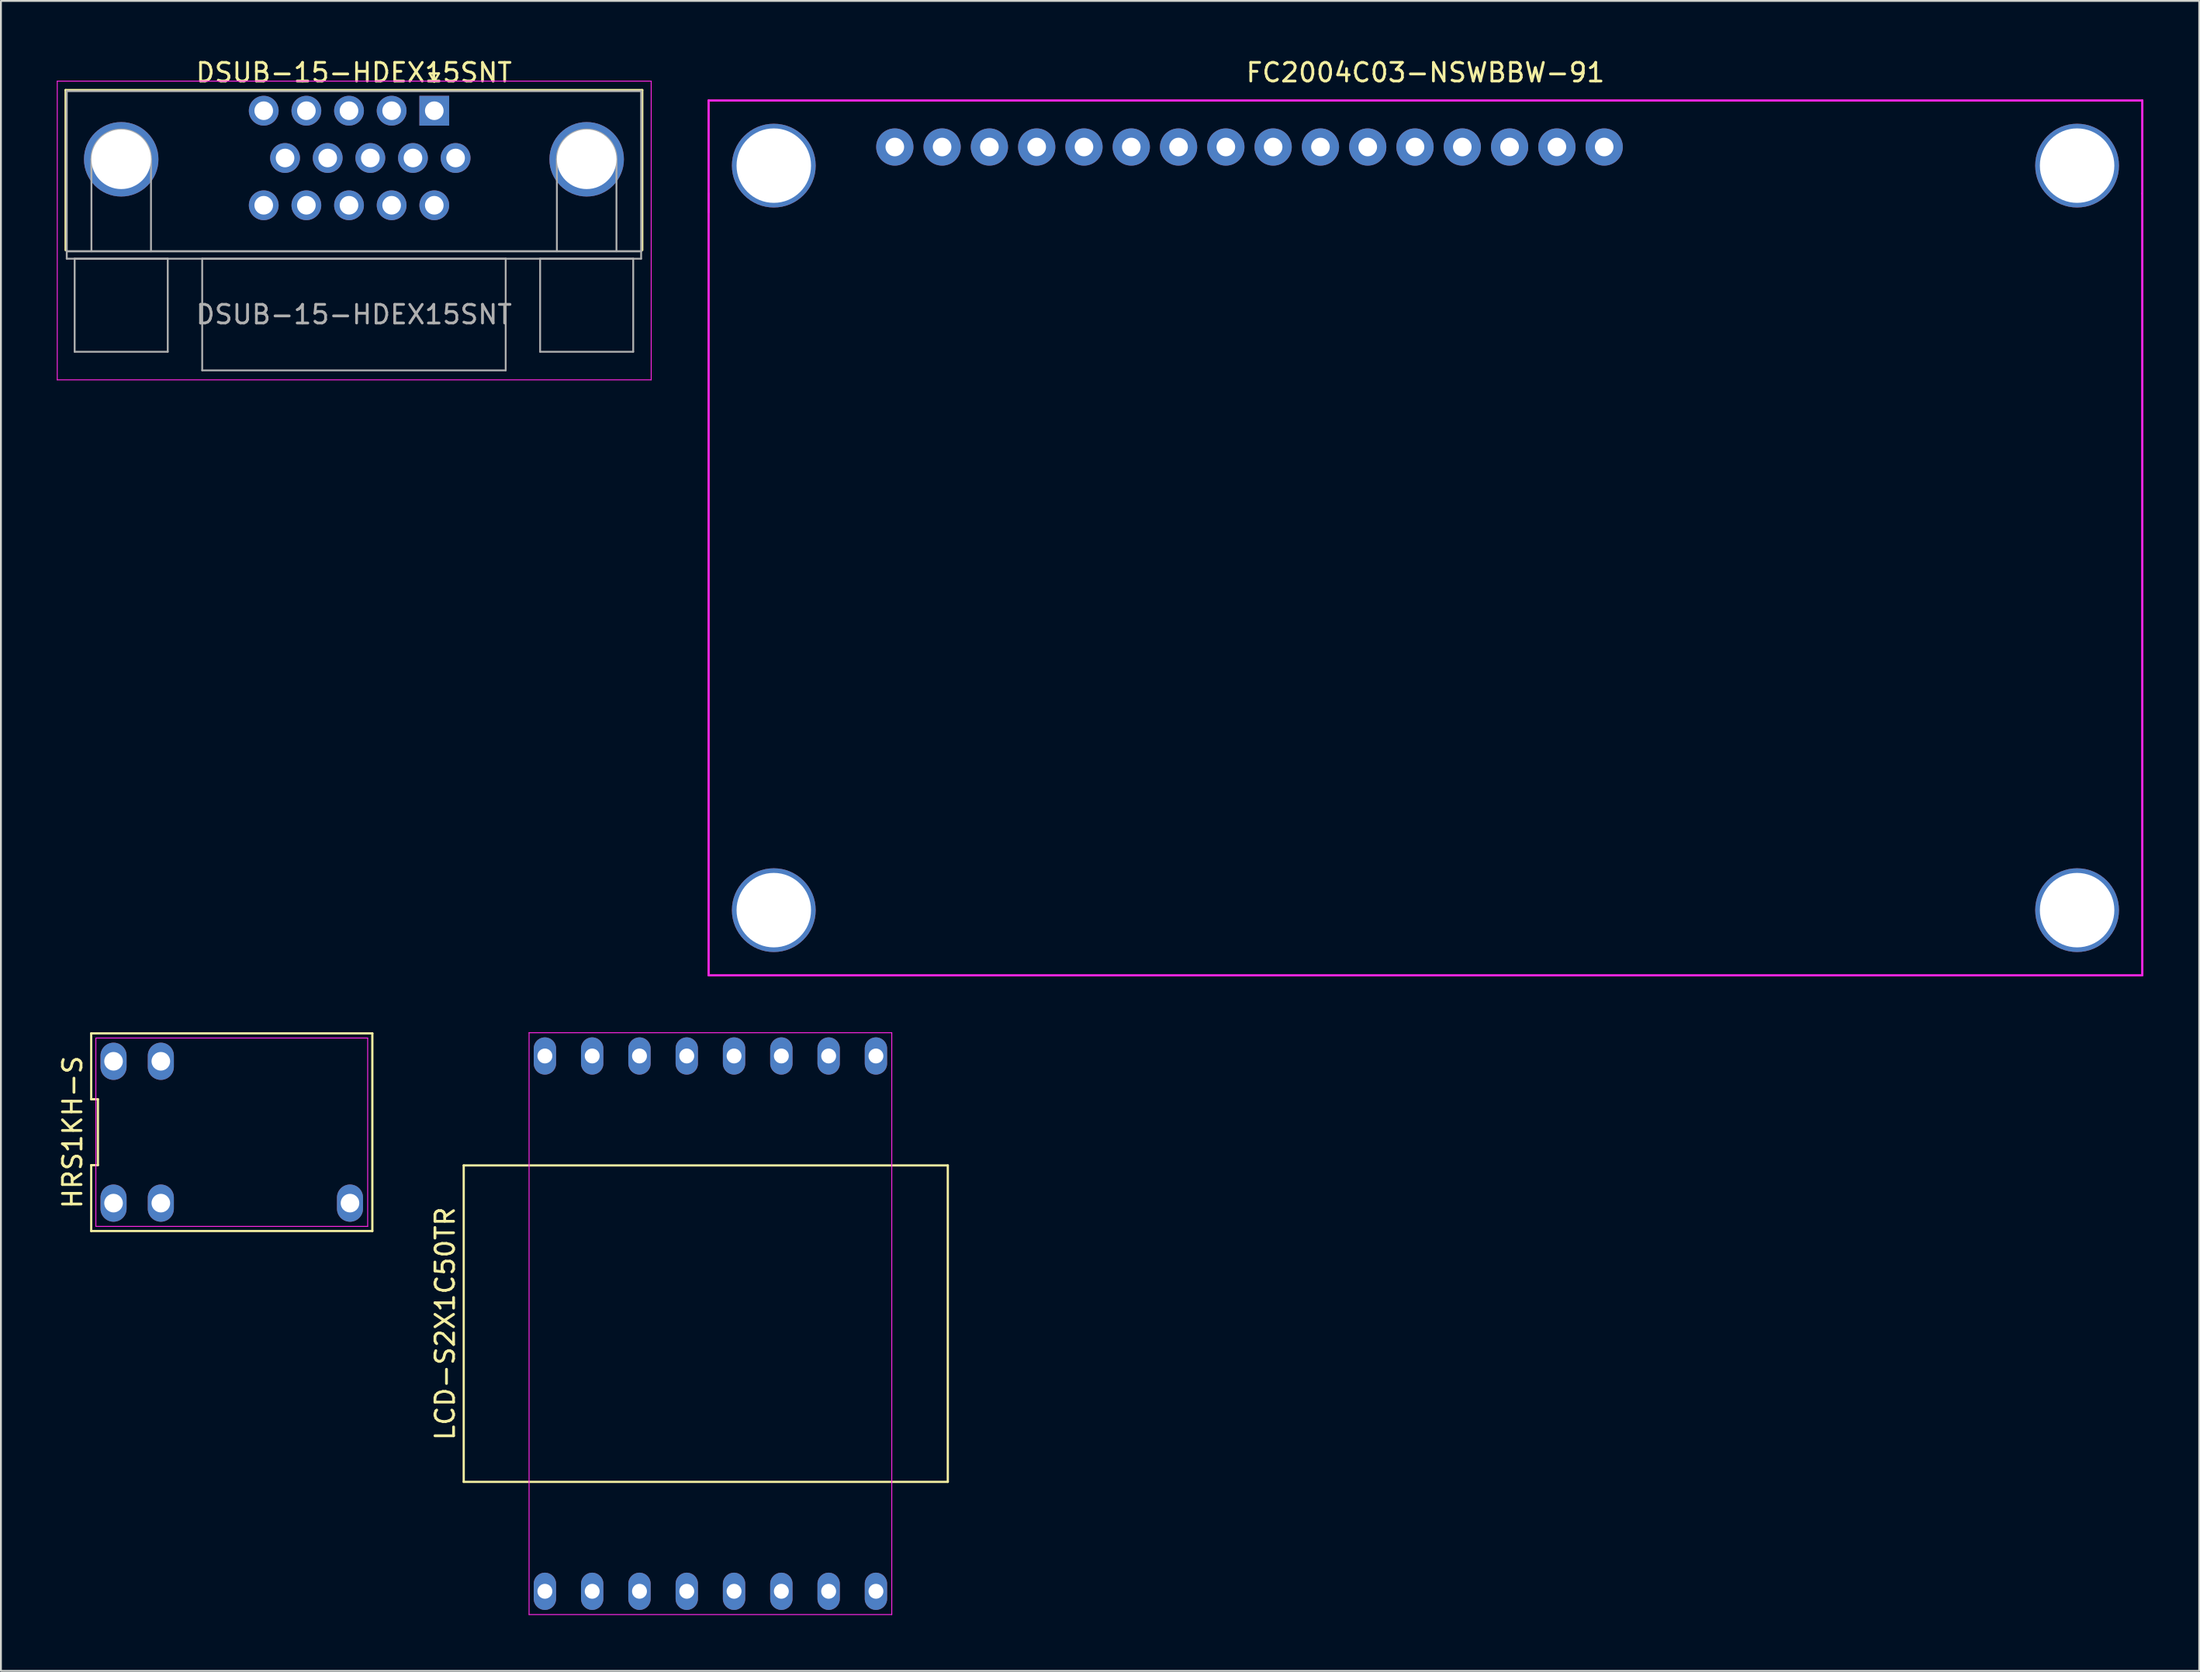
<source format=kicad_pcb>
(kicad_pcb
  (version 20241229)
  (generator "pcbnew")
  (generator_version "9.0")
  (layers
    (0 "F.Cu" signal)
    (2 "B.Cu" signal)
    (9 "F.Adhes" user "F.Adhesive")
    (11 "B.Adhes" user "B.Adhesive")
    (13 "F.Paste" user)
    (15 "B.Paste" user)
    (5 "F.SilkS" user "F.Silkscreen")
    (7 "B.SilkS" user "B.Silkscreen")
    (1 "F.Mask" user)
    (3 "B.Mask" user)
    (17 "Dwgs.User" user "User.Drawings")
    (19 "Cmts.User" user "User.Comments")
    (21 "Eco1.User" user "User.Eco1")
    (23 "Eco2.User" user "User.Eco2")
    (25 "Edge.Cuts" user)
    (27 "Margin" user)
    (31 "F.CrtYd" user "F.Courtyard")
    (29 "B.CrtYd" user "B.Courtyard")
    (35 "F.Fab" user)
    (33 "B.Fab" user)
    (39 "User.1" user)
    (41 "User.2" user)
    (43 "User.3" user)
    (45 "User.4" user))
  (footprint "HRS1KH-S"
    (layer "F.Cu")
    (at 9.398 57.778)
    (property "Reference" "HRS1KH-S" (at -8.55 0 90) (layer "F.SilkS") (effects (font (size 1 1) (thickness 0.15))))
    (fp_line (start -7.55 -5.31) (end -7.55 -1.77) (stroke (width 0.12) (type solid)) (layer "F.SilkS"))
    (fp_line (start -7.55 -1.77) (end -7.19 -1.77) (stroke (width 0.12) (type solid)) (layer "F.SilkS"))
    (fp_line (start -7.55 1.77) (end -7.55 5.31) (stroke (width 0.12) (type solid)) (layer "F.SilkS"))
    (fp_line (start -7.55 5.31) (end 7.55 5.31) (stroke (width 0.12) (type solid)) (layer "F.SilkS"))
    (fp_line (start -7.19 -1.77) (end -7.19 1.77) (stroke (width 0.12) (type solid)) (layer "F.SilkS"))
    (fp_line (start -7.19 1.77) (end -7.55 1.77) (stroke (width 0.12) (type solid)) (layer "F.SilkS"))
    (fp_line (start 7.55 -5.31) (end -7.55 -5.31) (stroke (width 0.12) (type solid)) (layer "F.SilkS"))
    (fp_line (start 7.55 5.31) (end 7.55 -5.31) (stroke (width 0.12) (type solid)) (layer "F.SilkS"))
    (fp_line (start -7.3 -5.06) (end 7.3 -5.06) (stroke (width 0.05) (type solid)) (layer "F.CrtYd"))
    (fp_line (start -7.3 5.06) (end -7.3 -5.06) (stroke (width 0.05) (type solid)) (layer "F.CrtYd"))
    (fp_line (start 7.3 -5.06) (end 7.3 5.06) (stroke (width 0.05) (type solid)) (layer "F.CrtYd"))
    (fp_line (start 7.3 5.06) (end -7.3 5.06) (stroke (width 0.05) (type solid)) (layer "F.CrtYd"))
    (pad "1" thru_hole oval (at -6.35 3.81) (size 1.4 2) (drill 1) (layers "*.Cu" "*.Mask"))
    (pad "2" thru_hole oval (at -3.81 3.81) (size 1.4 2) (drill 1) (layers "*.Cu" "*.Mask"))
    (pad "6" thru_hole oval (at 6.35 3.81) (size 1.4 2) (drill 1) (layers "*.Cu" "*.Mask"))
    (pad "11" thru_hole oval (at -3.81 -3.81) (size 1.4 2) (drill 1) (layers "*.Cu" "*.Mask"))
    (pad "12" thru_hole oval (at -6.35 -3.81) (size 1.4 2) (drill 1) (layers "*.Cu" "*.Mask")))
  (footprint "FC2004C03-NSWBBW-91"
    (layer "F.Cu")
    (at 73.51 25.848)
    (property "Reference" "FC2004C03-NSWBBW-91" (at 0 -25 0) (layer "F.SilkS") (effects (font (size 1 1) (thickness 0.15))))
    (attr through_hole)
    (fp_line (start -38.5 -23.5) (end -38.5 -17.5) (stroke (width 0.12) (type solid)) (layer "F.CrtYd"))
    (fp_line (start -38.5 -18.5) (end -38.5 23.5) (stroke (width 0.12) (type solid)) (layer "F.CrtYd"))
    (fp_line (start -38.5 23.5) (end 38.5 23.5) (stroke (width 0.12) (type solid)) (layer "F.CrtYd"))
    (fp_line (start 38.5 -23.5) (end -38.5 -23.5) (stroke (width 0.12) (type solid)) (layer "F.CrtYd"))
    (fp_line (start 38.5 -18.5) (end 38.5 -23.5) (stroke (width 0.12) (type solid)) (layer "F.CrtYd"))
    (fp_line (start 38.5 23.5) (end 38.5 -18.5) (stroke (width 0.12) (type solid)) (layer "F.CrtYd"))
    (pad "" thru_hole circle (at -35 -20) (size 4.5 4.5) (drill 4) (layers "*.Cu" "*.Mask"))
    (pad "" thru_hole circle (at -35 20) (size 4.5 4.5) (drill 4) (layers "*.Cu" "*.Mask"))
    (pad "" thru_hole circle (at 35 -20) (size 4.5 4.5) (drill 4) (layers "*.Cu" "*.Mask"))
    (pad "" thru_hole circle (at 35 20) (size 4.5 4.5) (drill 4) (layers "*.Cu" "*.Mask"))
    (pad "1" thru_hole circle (at -28.5 -21) (size 2 2) (drill 1) (layers "*.Cu" "*.Mask"))
    (pad "2" thru_hole circle (at -25.96 -21) (size 2 2) (drill 1) (layers "*.Cu" "*.Mask"))
    (pad "3" thru_hole circle (at -23.42 -21) (size 2 2) (drill 1) (layers "*.Cu" "*.Mask"))
    (pad "4" thru_hole circle (at -20.88 -21) (size 2 2) (drill 1) (layers "*.Cu" "*.Mask"))
    (pad "5" thru_hole circle (at -18.34 -21) (size 2 2) (drill 1) (layers "*.Cu" "*.Mask"))
    (pad "6" thru_hole circle (at -15.8 -21) (size 2 2) (drill 1) (layers "*.Cu" "*.Mask"))
    (pad "7" thru_hole circle (at -13.26 -21) (size 2 2) (drill 1) (layers "*.Cu" "*.Mask"))
    (pad "8" thru_hole circle (at -10.72 -21) (size 2 2) (drill 1) (layers "*.Cu" "*.Mask"))
    (pad "9" thru_hole circle (at -8.18 -21) (size 2 2) (drill 1) (layers "*.Cu" "*.Mask"))
    (pad "10" thru_hole circle (at -5.64 -21) (size 2 2) (drill 1) (layers "*.Cu" "*.Mask"))
    (pad "11" thru_hole circle (at -3.1 -21) (size 2 2) (drill 1) (layers "*.Cu" "*.Mask"))
    (pad "12" thru_hole circle (at -0.56 -21) (size 2 2) (drill 1) (layers "*.Cu" "*.Mask"))
    (pad "13" thru_hole circle (at 1.98 -21) (size 2 2) (drill 1) (layers "*.Cu" "*.Mask"))
    (pad "14" thru_hole circle (at 4.52 -21) (size 2 2) (drill 1) (layers "*.Cu" "*.Mask"))
    (pad "15" thru_hole circle (at 7.06 -21) (size 2 2) (drill 1) (layers "*.Cu" "*.Mask"))
    (pad "16" thru_hole circle (at 9.6 -21) (size 2 2) (drill 1) (layers "*.Cu" "*.Mask")))
  (footprint "DSUB-15-HDEX15SNT"
    (layer "F.Cu")
    (at 20.275 3.458)
    (property "Reference" "DSUB-15-HDEX15SNT" (at -4.315 -2.61 0) (layer "F.SilkS") (effects (font (size 1 1) (thickness 0.15))))
    (attr through_hole)
    (fp_line (start -19.8 -1.67) (end 11.17 -1.67) (stroke (width 0.12) (type solid)) (layer "F.SilkS"))
    (fp_line (start -19.8 6.93) (end -19.8 -1.67) (stroke (width 0.12) (type solid)) (layer "F.SilkS"))
    (fp_line (start -0.25 -2.564) (end 0.25 -2.564) (stroke (width 0.12) (type solid)) (layer "F.SilkS"))
    (fp_line (start 0 -2.131) (end -0.25 -2.564) (stroke (width 0.12) (type solid)) (layer "F.SilkS"))
    (fp_line (start 0.25 -2.564) (end 0 -2.131) (stroke (width 0.12) (type solid)) (layer "F.SilkS"))
    (fp_line (start 11.17 -1.67) (end 11.17 6.93) (stroke (width 0.12) (type solid)) (layer "F.SilkS"))
    (fp_line (start -20.25 -2.15) (end -20.25 13.9) (stroke (width 0.05) (type solid)) (layer "F.CrtYd"))
    (fp_line (start -20.25 13.9) (end 11.65 13.9) (stroke (width 0.05) (type solid)) (layer "F.CrtYd"))
    (fp_line (start 11.65 -2.15) (end -20.25 -2.15) (stroke (width 0.05) (type solid)) (layer "F.CrtYd"))
    (fp_line (start 11.65 13.9) (end 11.65 -2.15) (stroke (width 0.05) (type solid)) (layer "F.CrtYd"))
    (fp_line (start -19.74 -1.61) (end -19.74 6.99) (stroke (width 0.1) (type solid)) (layer "F.Fab"))
    (fp_line (start -19.74 6.99) (end -19.74 7.39) (stroke (width 0.1) (type solid)) (layer "F.Fab"))
    (fp_line (start -19.74 6.99) (end 11.11 6.99) (stroke (width 0.1) (type solid)) (layer "F.Fab"))
    (fp_line (start -19.74 7.39) (end 11.11 7.39) (stroke (width 0.1) (type solid)) (layer "F.Fab"))
    (fp_line (start -19.315 7.39) (end -19.315 12.39) (stroke (width 0.1) (type solid)) (layer "F.Fab"))
    (fp_line (start -19.315 12.39) (end -14.315 12.39) (stroke (width 0.1) (type solid)) (layer "F.Fab"))
    (fp_line (start -18.415 6.99) (end -18.415 2.05) (stroke (width 0.1) (type solid)) (layer "F.Fab"))
    (fp_line (start -15.215 6.99) (end -15.215 2.05) (stroke (width 0.1) (type solid)) (layer "F.Fab"))
    (fp_line (start -14.315 7.39) (end -19.315 7.39) (stroke (width 0.1) (type solid)) (layer "F.Fab"))
    (fp_line (start -14.315 12.39) (end -14.315 7.39) (stroke (width 0.1) (type solid)) (layer "F.Fab"))
    (fp_line (start -12.465 7.39) (end -12.465 13.39) (stroke (width 0.1) (type solid)) (layer "F.Fab"))
    (fp_line (start -12.465 13.39) (end 3.835 13.39) (stroke (width 0.1) (type solid)) (layer "F.Fab"))
    (fp_line (start 3.835 7.39) (end -12.465 7.39) (stroke (width 0.1) (type solid)) (layer "F.Fab"))
    (fp_line (start 3.835 13.39) (end 3.835 7.39) (stroke (width 0.1) (type solid)) (layer "F.Fab"))
    (fp_line (start 5.685 7.39) (end 5.685 12.39) (stroke (width 0.1) (type solid)) (layer "F.Fab"))
    (fp_line (start 5.685 12.39) (end 10.685 12.39) (stroke (width 0.1) (type solid)) (layer "F.Fab"))
    (fp_line (start 6.585 6.99) (end 6.585 2.05) (stroke (width 0.1) (type solid)) (layer "F.Fab"))
    (fp_line (start 9.785 6.99) (end 9.785 2.05) (stroke (width 0.1) (type solid)) (layer "F.Fab"))
    (fp_line (start 10.685 7.39) (end 5.685 7.39) (stroke (width 0.1) (type solid)) (layer "F.Fab"))
    (fp_line (start 10.685 12.39) (end 10.685 7.39) (stroke (width 0.1) (type solid)) (layer "F.Fab"))
    (fp_line (start 11.11 -1.61) (end -19.74 -1.61) (stroke (width 0.1) (type solid)) (layer "F.Fab"))
    (fp_line (start 11.11 6.99) (end -19.74 6.99) (stroke (width 0.1) (type solid)) (layer "F.Fab"))
    (fp_line (start 11.11 6.99) (end 11.11 -1.61) (stroke (width 0.1) (type solid)) (layer "F.Fab"))
    (fp_line (start 11.11 7.39) (end 11.11 6.99) (stroke (width 0.1) (type solid)) (layer "F.Fab"))
    (fp_arc (start -18.415 2.05) (mid -16.815 0.45) (end -15.215 2.05) (stroke (width 0.1) (type solid)) (layer "F.Fab"))
    (fp_arc (start 6.585 2.05) (mid 8.185 0.45) (end 9.785 2.05) (stroke (width 0.1) (type solid)) (layer "F.Fab"))
    (fp_text user "${REFERENCE}" (at -4.315 10.39 0) (layer "F.Fab") (effects (font (size 1 1) (thickness 0.15))))
    (pad "0" thru_hole circle (at -16.815 2.05) (size 4 4) (drill 3.2) (layers "*.Cu" "*.Mask"))
    (pad "0" thru_hole circle (at 8.185 2.05) (size 4 4) (drill 3.2) (layers "*.Cu" "*.Mask"))
    (pad "1" thru_hole rect (at 0 -0.56) (size 1.6 1.6) (drill 1) (layers "*.Cu" "*.Mask"))
    (pad "2" thru_hole circle (at -2.29 -0.56) (size 1.6 1.6) (drill 1) (layers "*.Cu" "*.Mask"))
    (pad "3" thru_hole circle (at -4.58 -0.56) (size 1.6 1.6) (drill 1) (layers "*.Cu" "*.Mask"))
    (pad "4" thru_hole circle (at -6.87 -0.56) (size 1.6 1.6) (drill 1) (layers "*.Cu" "*.Mask"))
    (pad "5" thru_hole circle (at -9.16 -0.56) (size 1.6 1.6) (drill 1) (layers "*.Cu" "*.Mask"))
    (pad "6" thru_hole circle (at 1.145 1.98) (size 1.6 1.6) (drill 1) (layers "*.Cu" "*.Mask"))
    (pad "7" thru_hole circle (at -1.145 1.98) (size 1.6 1.6) (drill 1) (layers "*.Cu" "*.Mask"))
    (pad "8" thru_hole circle (at -3.435 1.98) (size 1.6 1.6) (drill 1) (layers "*.Cu" "*.Mask"))
    (pad "9" thru_hole circle (at -5.725 1.98) (size 1.6 1.6) (drill 1) (layers "*.Cu" "*.Mask"))
    (pad "10" thru_hole circle (at -8.015 1.98) (size 1.6 1.6) (drill 1) (layers "*.Cu" "*.Mask"))
    (pad "11" thru_hole circle (at 0 4.52) (size 1.6 1.6) (drill 1) (layers "*.Cu" "*.Mask"))
    (pad "12" thru_hole circle (at -2.29 4.52) (size 1.6 1.6) (drill 1) (layers "*.Cu" "*.Mask"))
    (pad "13" thru_hole circle (at -4.58 4.52) (size 1.6 1.6) (drill 1) (layers "*.Cu" "*.Mask"))
    (pad "14" thru_hole circle (at -6.87 4.52) (size 1.6 1.6) (drill 1) (layers "*.Cu" "*.Mask"))
    (pad "15" thru_hole circle (at -9.16 4.52) (size 1.6 1.6) (drill 1) (layers "*.Cu" "*.Mask")))
  (footprint "LCD-S2X1C50TR"
    (layer "F.Cu")
    (at 35.106 68.063)
    (property "Reference" "LCD-S2X1C50TR" (at -14.25 0 90) (layer "F.SilkS") (effects (font (size 1 1) (thickness 0.15))))
    (attr through_hole)
    (fp_line (start -13.25 -8.5) (end 12.75 -8.5) (stroke (width 0.12) (type solid)) (layer "F.SilkS"))
    (fp_line (start -13.25 8.5) (end -13.25 -8.5) (stroke (width 0.12) (type solid)) (layer "F.SilkS"))
    (fp_line (start 12.75 -8.5) (end 12.75 8.5) (stroke (width 0.12) (type solid)) (layer "F.SilkS"))
    (fp_line (start 12.75 8.5) (end -13.25 8.5) (stroke (width 0.12) (type solid)) (layer "F.SilkS"))
    (fp_line (start -9.74 -15.63) (end 9.74 -15.63) (stroke (width 0.05) (type solid)) (layer "F.CrtYd"))
    (fp_line (start -9.74 15.63) (end -9.74 -15.63) (stroke (width 0.05) (type solid)) (layer "F.CrtYd"))
    (fp_line (start 9.74 -15.63) (end 9.74 15.63) (stroke (width 0.05) (type solid)) (layer "F.CrtYd"))
    (fp_line (start 9.74 15.63) (end -9.74 15.63) (stroke (width 0.05) (type solid)) (layer "F.CrtYd"))
    (pad "1" thru_hole oval (at -8.89 14.38) (size 1.2 2) (drill 0.8) (layers "*.Cu" "*.Mask"))
    (pad "2" thru_hole oval (at -6.35 14.38) (size 1.2 2) (drill 0.8) (layers "*.Cu" "*.Mask"))
    (pad "3" thru_hole oval (at -3.81 14.38) (size 1.2 2) (drill 0.8) (layers "*.Cu" "*.Mask"))
    (pad "4" thru_hole oval (at -1.27 14.38) (size 1.2 2) (drill 0.8) (layers "*.Cu" "*.Mask"))
    (pad "5" thru_hole oval (at 1.27 14.38) (size 1.2 2) (drill 0.8) (layers "*.Cu" "*.Mask"))
    (pad "6" thru_hole oval (at 3.81 14.38) (size 1.2 2) (drill 0.8) (layers "*.Cu" "*.Mask"))
    (pad "7" thru_hole oval (at 6.35 14.38) (size 1.2 2) (drill 0.8) (layers "*.Cu" "*.Mask"))
    (pad "8" thru_hole oval (at 8.89 14.38) (size 1.2 2) (drill 0.8) (layers "*.Cu" "*.Mask"))
    (pad "9" thru_hole oval (at 8.89 -14.38) (size 1.2 2) (drill 0.8) (layers "*.Cu" "*.Mask"))
    (pad "10" thru_hole oval (at 6.35 -14.38) (size 1.2 2) (drill 0.8) (layers "*.Cu" "*.Mask"))
    (pad "11" thru_hole oval (at 3.81 -14.38) (size 1.2 2) (drill 0.8) (layers "*.Cu" "*.Mask"))
    (pad "12" thru_hole oval (at 1.27 -14.38) (size 1.2 2) (drill 0.8) (layers "*.Cu" "*.Mask"))
    (pad "13" thru_hole oval (at -1.27 -14.38) (size 1.2 2) (drill 0.8) (layers "*.Cu" "*.Mask"))
    (pad "14" thru_hole oval (at -3.81 -14.38) (size 1.2 2) (drill 0.8) (layers "*.Cu" "*.Mask"))
    (pad "15" thru_hole oval (at -6.35 -14.38) (size 1.2 2) (drill 0.8) (layers "*.Cu" "*.Mask"))
    (pad "16" thru_hole oval (at -8.89 -14.38) (size 1.2 2) (drill 0.8) (layers "*.Cu" "*.Mask")))
  (gr_rect
    (start -3 -3)
    (end 115.07 86.718)
    (stroke (width 0.1) (type default))
    (fill no)
    (layer "Edge.Cuts")))
</source>
